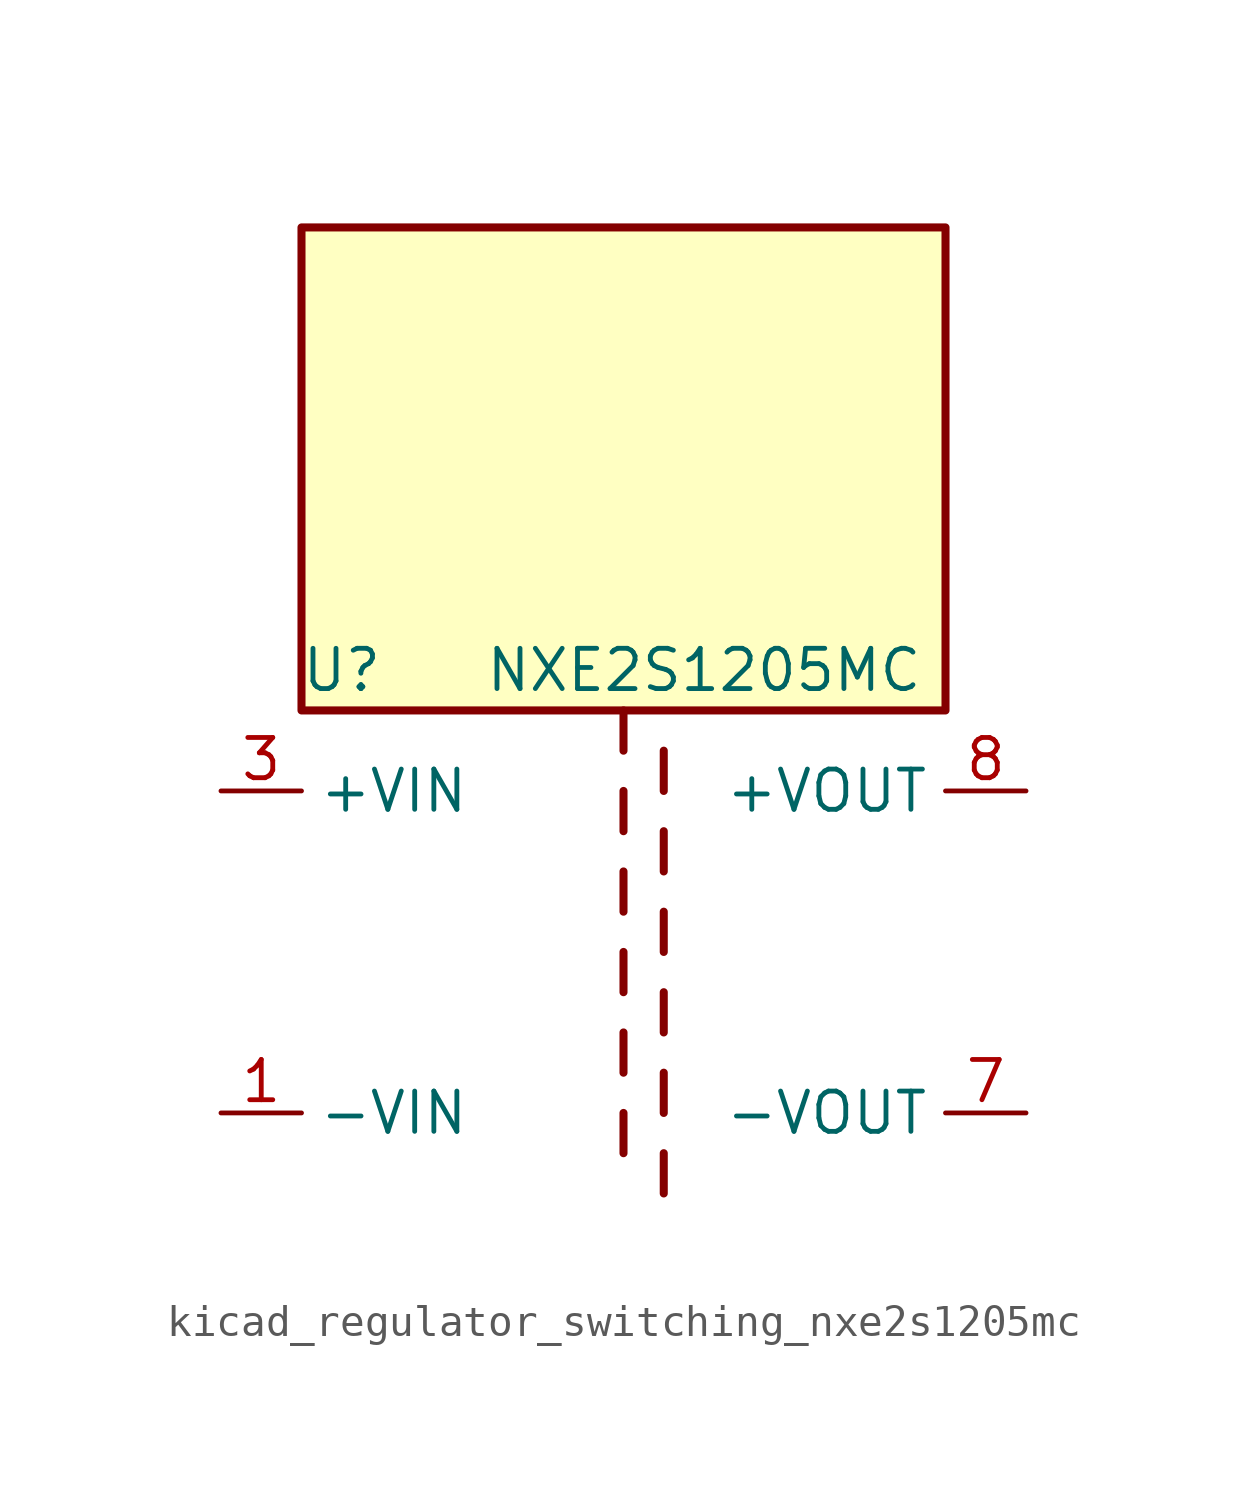
<source format=kicad_sym>
(kicad_symbol_lib
  (version 20220914)
  (generator kicad_symbol_editor)
  (symbol "kicad_regulator_switching_nxe2s1205mc"
    (property "Reference" "U"
      (at -8.89 8.89 0)
      (effects (font (size 1.27 1.27))))
    (property "Value" "NXE2S1205MC"
      (at 2.54 8.89 0)
      (effects (font (size 1.27 1.27))))
    (symbol "kicad_regulator_switching_nxe2s1205mc_0_1"
      (polyline (pts (xy 0 -5.08) (xy 0 -6.35)) (stroke (width 0.254) (type default)) (fill (type none)))
      (polyline (pts (xy 0 -2.54) (xy 0 -3.81)) (stroke (width 0.254) (type default)) (fill (type none)))
      (polyline (pts (xy 0 0) (xy 0 -1.27)) (stroke (width 0.254) (type default)) (fill (type none)))
      (polyline (pts (xy 0 2.54) (xy 0 1.27)) (stroke (width 0.254) (type default)) (fill (type none)))
      (polyline (pts (xy 0 5.08) (xy 0 3.81)) (stroke (width 0.254) (type default)) (fill (type none)))
      (polyline (pts (xy 0 7.62) (xy 0 6.35)) (stroke (width 0.254) (type default)) (fill (type none)))
      (polyline (pts (xy 1.27 -7.62) (xy 1.27 -6.35)) (stroke (width 0.254) (type default)) (fill (type none)))
      (polyline (pts (xy 1.27 -5.08) (xy 1.27 -3.81)) (stroke (width 0.254) (type default)) (fill (type none)))
      (polyline (pts (xy 1.27 -2.54) (xy 1.27 -1.27)) (stroke (width 0.254) (type default)) (fill (type none)))
      (polyline (pts (xy 1.27 0) (xy 1.27 1.27)) (stroke (width 0.254) (type default)) (fill (type none)))
      (polyline (pts (xy 1.27 2.54) (xy 1.27 3.81)) (stroke (width 0.254) (type default)) (fill (type none)))
      (polyline (pts (xy 1.27 5.08) (xy 1.27 6.35)) (stroke (width 0.254) (type default)) (fill (type none)))
      (rectangle (start 10.16 22.86) (end -10.16 7.62) (stroke (width 0.254) (type default)) (fill (type background))))
    (symbol "kicad_regulator_switching_nxe2s1205mc_1_1"
      (pin power_in line (at -12.7 -5.08 0) (length 2.54) (name "-VIN" (effects (font (size 1.27 1.27)))) (number "1" (effects (font (size 1.27 1.27)))))
      (pin no_connect line (at -10.16 0 0) (length 2.54) hide (name "NC" (effects (font (size 1.27 1.27)))) (number "14" (effects (font (size 1.27 1.27)))))
      (pin power_in line (at -12.7 5.08 0) (length 2.54) (name "+VIN" (effects (font (size 1.27 1.27)))) (number "3" (effects (font (size 1.27 1.27)))))
      (pin power_out line (at 12.7 -5.08 180) (length 2.54) (name "-VOUT" (effects (font (size 1.27 1.27)))) (number "7" (effects (font (size 1.27 1.27)))))
      (pin power_out line (at 12.7 5.08 180) (length 2.54) (name "+VOUT" (effects (font (size 1.27 1.27)))) (number "8" (effects (font (size 1.27 1.27))))))))
</source>
